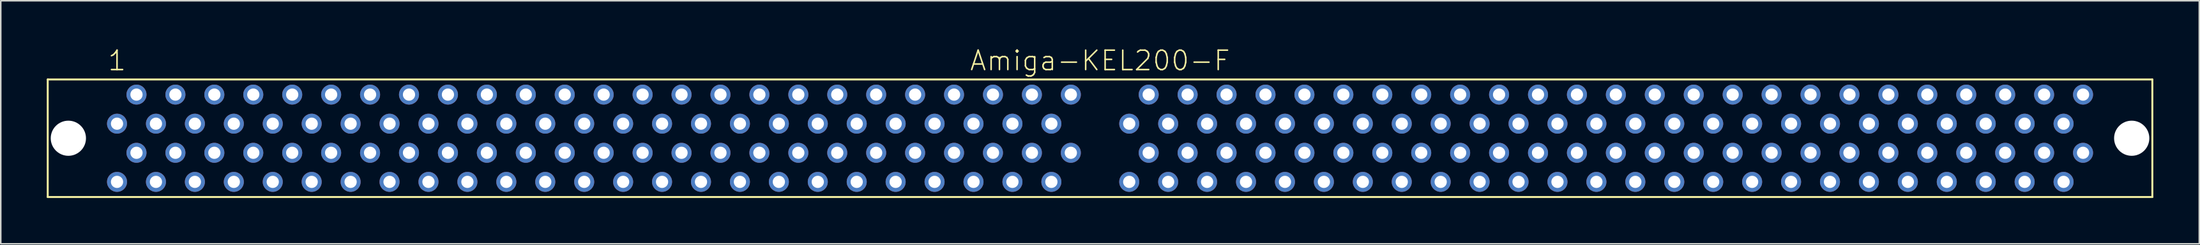
<source format=kicad_pcb>
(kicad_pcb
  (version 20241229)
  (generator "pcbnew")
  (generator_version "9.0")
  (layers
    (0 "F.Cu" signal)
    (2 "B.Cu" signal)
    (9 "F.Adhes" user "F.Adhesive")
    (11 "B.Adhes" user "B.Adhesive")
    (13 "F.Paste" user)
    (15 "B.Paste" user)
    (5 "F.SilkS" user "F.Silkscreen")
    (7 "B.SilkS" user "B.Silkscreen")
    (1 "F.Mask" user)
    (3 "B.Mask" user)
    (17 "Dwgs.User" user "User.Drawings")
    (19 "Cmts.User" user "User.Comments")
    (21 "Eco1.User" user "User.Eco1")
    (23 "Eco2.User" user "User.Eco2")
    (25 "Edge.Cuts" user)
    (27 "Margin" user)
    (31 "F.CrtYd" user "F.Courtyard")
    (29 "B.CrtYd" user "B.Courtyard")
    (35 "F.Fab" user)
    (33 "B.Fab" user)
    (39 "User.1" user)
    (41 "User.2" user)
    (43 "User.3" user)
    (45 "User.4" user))
  (footprint "Amiga-KEL200-F"
    (layer "F.Cu")
    (at 68.72 6.001)
    (property "Reference" "Amiga-KEL200-F" (at 0 -5.08 0) (layer "F.SilkS") (effects (font (size 1.27 1.27) (thickness 0.102))))
    (attr exclude_from_pos_files exclude_from_bom)
    (fp_line (start -68.656 -3.848) (end 68.656 -3.848) (stroke (width 0.127) (type solid)) (layer "F.SilkS"))
    (fp_line (start -68.656 3.848) (end -68.656 -3.848) (stroke (width 0.127) (type solid)) (layer "F.SilkS"))
    (fp_line (start 68.656 -3.848) (end 68.656 3.848) (stroke (width 0.127) (type solid)) (layer "F.SilkS"))
    (fp_line (start 68.656 3.848) (end -68.656 3.848) (stroke (width 0.127) (type solid)) (layer "F.SilkS"))
    (fp_text user "1" (at -64.135 -5.08 0) (layer "F.SilkS") (effects (font (size 1.27 1.27) (thickness 0.102))))
    (pad "" np_thru_hole circle (at -67.31 0) (size 2.299 2.299) (drill 2.299) (layers "*.Cu" "*.Mask"))
    (pad "" np_thru_hole circle (at 67.31 0) (size 2.299 2.299) (drill 2.299) (layers "*.Cu" "*.Mask"))
    (pad "P$1" thru_hole circle (at -64.135 -0.953) (size 1.306 1.306) (drill 0.798) (layers "*.Cu" "*.Paste" "*.Mask"))
    (pad "P$2" thru_hole circle (at -64.135 2.857) (size 1.306 1.306) (drill 0.798) (layers "*.Cu" "*.Paste" "*.Mask"))
    (pad "P$3" thru_hole circle (at -62.865 -2.857) (size 1.306 1.306) (drill 0.798) (layers "*.Cu" "*.Paste" "*.Mask"))
    (pad "P$4" thru_hole circle (at -62.865 0.953) (size 1.306 1.306) (drill 0.798) (layers "*.Cu" "*.Paste" "*.Mask"))
    (pad "P$5" thru_hole circle (at -61.595 -0.953) (size 1.306 1.306) (drill 0.798) (layers "*.Cu" "*.Paste" "*.Mask"))
    (pad "P$6" thru_hole circle (at -61.595 2.857) (size 1.306 1.306) (drill 0.798) (layers "*.Cu" "*.Paste" "*.Mask"))
    (pad "P$7" thru_hole circle (at -60.325 -2.857) (size 1.306 1.306) (drill 0.798) (layers "*.Cu" "*.Paste" "*.Mask"))
    (pad "P$8" thru_hole circle (at -60.325 0.953) (size 1.306 1.306) (drill 0.798) (layers "*.Cu" "*.Paste" "*.Mask"))
    (pad "P$9" thru_hole circle (at -59.055 -0.953) (size 1.306 1.306) (drill 0.798) (layers "*.Cu" "*.Paste" "*.Mask"))
    (pad "P$10" thru_hole circle (at -59.055 2.857) (size 1.306 1.306) (drill 0.798) (layers "*.Cu" "*.Paste" "*.Mask"))
    (pad "P$11" thru_hole circle (at -57.785 -2.857) (size 1.306 1.306) (drill 0.798) (layers "*.Cu" "*.Paste" "*.Mask"))
    (pad "P$12" thru_hole circle (at -57.785 0.953) (size 1.306 1.306) (drill 0.798) (layers "*.Cu" "*.Paste" "*.Mask"))
    (pad "P$13" thru_hole circle (at -56.515 -0.953) (size 1.306 1.306) (drill 0.798) (layers "*.Cu" "*.Paste" "*.Mask"))
    (pad "P$14" thru_hole circle (at -56.515 2.857) (size 1.306 1.306) (drill 0.798) (layers "*.Cu" "*.Paste" "*.Mask"))
    (pad "P$15" thru_hole circle (at -55.245 -2.857) (size 1.306 1.306) (drill 0.798) (layers "*.Cu" "*.Paste" "*.Mask"))
    (pad "P$16" thru_hole circle (at -55.245 0.953) (size 1.306 1.306) (drill 0.798) (layers "*.Cu" "*.Paste" "*.Mask"))
    (pad "P$17" thru_hole circle (at -53.975 -0.953) (size 1.306 1.306) (drill 0.798) (layers "*.Cu" "*.Paste" "*.Mask"))
    (pad "P$18" thru_hole circle (at -53.975 2.857) (size 1.306 1.306) (drill 0.798) (layers "*.Cu" "*.Paste" "*.Mask"))
    (pad "P$19" thru_hole circle (at -52.705 -2.857) (size 1.306 1.306) (drill 0.798) (layers "*.Cu" "*.Paste" "*.Mask"))
    (pad "P$20" thru_hole circle (at -52.705 0.953) (size 1.306 1.306) (drill 0.798) (layers "*.Cu" "*.Paste" "*.Mask"))
    (pad "P$21" thru_hole circle (at -51.435 -0.953) (size 1.306 1.306) (drill 0.798) (layers "*.Cu" "*.Paste" "*.Mask"))
    (pad "P$22" thru_hole circle (at -51.435 2.857) (size 1.306 1.306) (drill 0.798) (layers "*.Cu" "*.Paste" "*.Mask"))
    (pad "P$23" thru_hole circle (at -50.165 -2.857) (size 1.306 1.306) (drill 0.798) (layers "*.Cu" "*.Paste" "*.Mask"))
    (pad "P$24" thru_hole circle (at -50.165 0.953) (size 1.306 1.306) (drill 0.798) (layers "*.Cu" "*.Paste" "*.Mask"))
    (pad "P$25" thru_hole circle (at -48.895 -0.953) (size 1.306 1.306) (drill 0.798) (layers "*.Cu" "*.Paste" "*.Mask"))
    (pad "P$26" thru_hole circle (at -48.895 2.857) (size 1.306 1.306) (drill 0.798) (layers "*.Cu" "*.Paste" "*.Mask"))
    (pad "P$27" thru_hole circle (at -47.625 -2.857) (size 1.306 1.306) (drill 0.798) (layers "*.Cu" "*.Paste" "*.Mask"))
    (pad "P$28" thru_hole circle (at -47.625 0.953) (size 1.306 1.306) (drill 0.798) (layers "*.Cu" "*.Paste" "*.Mask"))
    (pad "P$29" thru_hole circle (at -46.355 -0.953) (size 1.306 1.306) (drill 0.798) (layers "*.Cu" "*.Paste" "*.Mask"))
    (pad "P$30" thru_hole circle (at -46.355 2.857) (size 1.306 1.306) (drill 0.798) (layers "*.Cu" "*.Paste" "*.Mask"))
    (pad "P$31" thru_hole circle (at -45.085 -2.857) (size 1.306 1.306) (drill 0.798) (layers "*.Cu" "*.Paste" "*.Mask"))
    (pad "P$32" thru_hole circle (at -45.085 0.953) (size 1.306 1.306) (drill 0.798) (layers "*.Cu" "*.Paste" "*.Mask"))
    (pad "P$33" thru_hole circle (at -43.815 -0.953) (size 1.306 1.306) (drill 0.798) (layers "*.Cu" "*.Paste" "*.Mask"))
    (pad "P$34" thru_hole circle (at -43.815 2.857) (size 1.306 1.306) (drill 0.798) (layers "*.Cu" "*.Paste" "*.Mask"))
    (pad "P$35" thru_hole circle (at -42.545 -2.857) (size 1.306 1.306) (drill 0.798) (layers "*.Cu" "*.Paste" "*.Mask"))
    (pad "P$36" thru_hole circle (at -42.545 0.953) (size 1.306 1.306) (drill 0.798) (layers "*.Cu" "*.Paste" "*.Mask"))
    (pad "P$37" thru_hole circle (at -41.275 -0.953) (size 1.306 1.306) (drill 0.798) (layers "*.Cu" "*.Paste" "*.Mask"))
    (pad "P$38" thru_hole circle (at -41.275 2.857) (size 1.306 1.306) (drill 0.798) (layers "*.Cu" "*.Paste" "*.Mask"))
    (pad "P$39" thru_hole circle (at -40.005 -2.857) (size 1.306 1.306) (drill 0.798) (layers "*.Cu" "*.Paste" "*.Mask"))
    (pad "P$40" thru_hole circle (at -40.005 0.953) (size 1.306 1.306) (drill 0.798) (layers "*.Cu" "*.Paste" "*.Mask"))
    (pad "P$41" thru_hole circle (at -38.735 -0.953) (size 1.306 1.306) (drill 0.798) (layers "*.Cu" "*.Paste" "*.Mask"))
    (pad "P$42" thru_hole circle (at -38.735 2.857) (size 1.306 1.306) (drill 0.798) (layers "*.Cu" "*.Paste" "*.Mask"))
    (pad "P$43" thru_hole circle (at -37.465 -2.857) (size 1.306 1.306) (drill 0.798) (layers "*.Cu" "*.Paste" "*.Mask"))
    (pad "P$44" thru_hole circle (at -37.465 0.953) (size 1.306 1.306) (drill 0.798) (layers "*.Cu" "*.Paste" "*.Mask"))
    (pad "P$45" thru_hole circle (at -36.195 -0.953) (size 1.306 1.306) (drill 0.798) (layers "*.Cu" "*.Paste" "*.Mask"))
    (pad "P$46" thru_hole circle (at -36.195 2.857) (size 1.306 1.306) (drill 0.798) (layers "*.Cu" "*.Paste" "*.Mask"))
    (pad "P$47" thru_hole circle (at -34.925 -2.857) (size 1.306 1.306) (drill 0.798) (layers "*.Cu" "*.Paste" "*.Mask"))
    (pad "P$48" thru_hole circle (at -34.925 0.953) (size 1.306 1.306) (drill 0.798) (layers "*.Cu" "*.Paste" "*.Mask"))
    (pad "P$49" thru_hole circle (at -33.655 -0.953) (size 1.306 1.306) (drill 0.798) (layers "*.Cu" "*.Paste" "*.Mask"))
    (pad "P$50" thru_hole circle (at -33.655 2.857) (size 1.306 1.306) (drill 0.798) (layers "*.Cu" "*.Paste" "*.Mask"))
    (pad "P$51" thru_hole circle (at -32.385 -2.857) (size 1.306 1.306) (drill 0.798) (layers "*.Cu" "*.Paste" "*.Mask"))
    (pad "P$52" thru_hole circle (at -32.385 0.953) (size 1.306 1.306) (drill 0.798) (layers "*.Cu" "*.Paste" "*.Mask"))
    (pad "P$53" thru_hole circle (at -31.115 -0.953) (size 1.306 1.306) (drill 0.798) (layers "*.Cu" "*.Paste" "*.Mask"))
    (pad "P$54" thru_hole circle (at -31.115 2.857) (size 1.306 1.306) (drill 0.798) (layers "*.Cu" "*.Paste" "*.Mask"))
    (pad "P$55" thru_hole circle (at -29.845 -2.857) (size 1.306 1.306) (drill 0.798) (layers "*.Cu" "*.Paste" "*.Mask"))
    (pad "P$56" thru_hole circle (at -29.845 0.953) (size 1.306 1.306) (drill 0.798) (layers "*.Cu" "*.Paste" "*.Mask"))
    (pad "P$57" thru_hole circle (at -28.575 -0.953) (size 1.306 1.306) (drill 0.798) (layers "*.Cu" "*.Paste" "*.Mask"))
    (pad "P$58" thru_hole circle (at -28.575 2.857) (size 1.306 1.306) (drill 0.798) (layers "*.Cu" "*.Paste" "*.Mask"))
    (pad "P$59" thru_hole circle (at -27.305 -2.857) (size 1.306 1.306) (drill 0.798) (layers "*.Cu" "*.Paste" "*.Mask"))
    (pad "P$60" thru_hole circle (at -27.305 0.953) (size 1.306 1.306) (drill 0.798) (layers "*.Cu" "*.Paste" "*.Mask"))
    (pad "P$61" thru_hole circle (at -26.035 -0.953) (size 1.306 1.306) (drill 0.798) (layers "*.Cu" "*.Paste" "*.Mask"))
    (pad "P$62" thru_hole circle (at -26.035 2.857) (size 1.306 1.306) (drill 0.798) (layers "*.Cu" "*.Paste" "*.Mask"))
    (pad "P$63" thru_hole circle (at -24.765 -2.857) (size 1.306 1.306) (drill 0.798) (layers "*.Cu" "*.Paste" "*.Mask"))
    (pad "P$64" thru_hole circle (at -24.765 0.953) (size 1.306 1.306) (drill 0.798) (layers "*.Cu" "*.Paste" "*.Mask"))
    (pad "P$65" thru_hole circle (at -23.495 -0.953) (size 1.306 1.306) (drill 0.798) (layers "*.Cu" "*.Paste" "*.Mask"))
    (pad "P$66" thru_hole circle (at -23.495 2.857) (size 1.306 1.306) (drill 0.798) (layers "*.Cu" "*.Paste" "*.Mask"))
    (pad "P$67" thru_hole circle (at -22.225 -2.857) (size 1.306 1.306) (drill 0.798) (layers "*.Cu" "*.Paste" "*.Mask"))
    (pad "P$68" thru_hole circle (at -22.225 0.953) (size 1.306 1.306) (drill 0.798) (layers "*.Cu" "*.Paste" "*.Mask"))
    (pad "P$69" thru_hole circle (at -20.955 -0.953) (size 1.306 1.306) (drill 0.798) (layers "*.Cu" "*.Paste" "*.Mask"))
    (pad "P$70" thru_hole circle (at -20.955 2.857) (size 1.306 1.306) (drill 0.798) (layers "*.Cu" "*.Paste" "*.Mask"))
    (pad "P$71" thru_hole circle (at -19.685 -2.857) (size 1.306 1.306) (drill 0.798) (layers "*.Cu" "*.Paste" "*.Mask"))
    (pad "P$72" thru_hole circle (at -19.685 0.953) (size 1.306 1.306) (drill 0.798) (layers "*.Cu" "*.Paste" "*.Mask"))
    (pad "P$73" thru_hole circle (at -18.415 -0.953) (size 1.306 1.306) (drill 0.798) (layers "*.Cu" "*.Paste" "*.Mask"))
    (pad "P$74" thru_hole circle (at -18.415 2.857) (size 1.306 1.306) (drill 0.798) (layers "*.Cu" "*.Paste" "*.Mask"))
    (pad "P$75" thru_hole circle (at -17.145 -2.857) (size 1.306 1.306) (drill 0.798) (layers "*.Cu" "*.Paste" "*.Mask"))
    (pad "P$76" thru_hole circle (at -17.145 0.953) (size 1.306 1.306) (drill 0.798) (layers "*.Cu" "*.Paste" "*.Mask"))
    (pad "P$77" thru_hole circle (at -15.875 -0.953) (size 1.306 1.306) (drill 0.798) (layers "*.Cu" "*.Paste" "*.Mask"))
    (pad "P$78" thru_hole circle (at -15.875 2.857) (size 1.306 1.306) (drill 0.798) (layers "*.Cu" "*.Paste" "*.Mask"))
    (pad "P$79" thru_hole circle (at -14.605 -2.857) (size 1.306 1.306) (drill 0.798) (layers "*.Cu" "*.Paste" "*.Mask"))
    (pad "P$80" thru_hole circle (at -14.605 0.953) (size 1.306 1.306) (drill 0.798) (layers "*.Cu" "*.Paste" "*.Mask"))
    (pad "P$81" thru_hole circle (at -13.335 -0.953) (size 1.306 1.306) (drill 0.798) (layers "*.Cu" "*.Paste" "*.Mask"))
    (pad "P$82" thru_hole circle (at -13.335 2.857) (size 1.306 1.306) (drill 0.798) (layers "*.Cu" "*.Paste" "*.Mask"))
    (pad "P$83" thru_hole circle (at -12.065 -2.857) (size 1.306 1.306) (drill 0.798) (layers "*.Cu" "*.Paste" "*.Mask"))
    (pad "P$84" thru_hole circle (at -12.065 0.953) (size 1.306 1.306) (drill 0.798) (layers "*.Cu" "*.Paste" "*.Mask"))
    (pad "P$85" thru_hole circle (at -10.795 -0.953) (size 1.306 1.306) (drill 0.798) (layers "*.Cu" "*.Paste" "*.Mask"))
    (pad "P$86" thru_hole circle (at -10.795 2.857) (size 1.306 1.306) (drill 0.798) (layers "*.Cu" "*.Paste" "*.Mask"))
    (pad "P$87" thru_hole circle (at -9.525 -2.857) (size 1.306 1.306) (drill 0.798) (layers "*.Cu" "*.Paste" "*.Mask"))
    (pad "P$88" thru_hole circle (at -9.525 0.953) (size 1.306 1.306) (drill 0.798) (layers "*.Cu" "*.Paste" "*.Mask"))
    (pad "P$89" thru_hole circle (at -8.255 -0.953) (size 1.306 1.306) (drill 0.798) (layers "*.Cu" "*.Paste" "*.Mask"))
    (pad "P$90" thru_hole circle (at -8.255 2.857) (size 1.306 1.306) (drill 0.798) (layers "*.Cu" "*.Paste" "*.Mask"))
    (pad "P$91" thru_hole circle (at -6.985 -2.857) (size 1.306 1.306) (drill 0.798) (layers "*.Cu" "*.Paste" "*.Mask"))
    (pad "P$92" thru_hole circle (at -6.985 0.953) (size 1.306 1.306) (drill 0.798) (layers "*.Cu" "*.Paste" "*.Mask"))
    (pad "P$93" thru_hole circle (at -5.715 -0.953) (size 1.306 1.306) (drill 0.798) (layers "*.Cu" "*.Paste" "*.Mask"))
    (pad "P$94" thru_hole circle (at -5.715 2.857) (size 1.306 1.306) (drill 0.798) (layers "*.Cu" "*.Paste" "*.Mask"))
    (pad "P$95" thru_hole circle (at -4.445 -2.857) (size 1.306 1.306) (drill 0.798) (layers "*.Cu" "*.Paste" "*.Mask"))
    (pad "P$96" thru_hole circle (at -4.445 0.953) (size 1.306 1.306) (drill 0.798) (layers "*.Cu" "*.Paste" "*.Mask"))
    (pad "P$97" thru_hole circle (at -3.175 -0.953) (size 1.306 1.306) (drill 0.798) (layers "*.Cu" "*.Paste" "*.Mask"))
    (pad "P$98" thru_hole circle (at -3.175 2.857) (size 1.306 1.306) (drill 0.798) (layers "*.Cu" "*.Paste" "*.Mask"))
    (pad "P$99" thru_hole circle (at -1.905 -2.857) (size 1.306 1.306) (drill 0.798) (layers "*.Cu" "*.Paste" "*.Mask"))
    (pad "P$100" thru_hole circle (at -1.905 0.953) (size 1.306 1.306) (drill 0.798) (layers "*.Cu" "*.Paste" "*.Mask"))
    (pad "P$101" thru_hole circle (at 1.905 -0.953) (size 1.306 1.306) (drill 0.798) (layers "*.Cu" "*.Paste" "*.Mask"))
    (pad "P$102" thru_hole circle (at 1.905 2.857) (size 1.306 1.306) (drill 0.798) (layers "*.Cu" "*.Paste" "*.Mask"))
    (pad "P$103" thru_hole circle (at 3.175 -2.857) (size 1.306 1.306) (drill 0.798) (layers "*.Cu" "*.Paste" "*.Mask"))
    (pad "P$104" thru_hole circle (at 3.175 0.953) (size 1.306 1.306) (drill 0.798) (layers "*.Cu" "*.Paste" "*.Mask"))
    (pad "P$105" thru_hole circle (at 4.445 -0.953) (size 1.306 1.306) (drill 0.798) (layers "*.Cu" "*.Paste" "*.Mask"))
    (pad "P$106" thru_hole circle (at 4.445 2.857) (size 1.306 1.306) (drill 0.798) (layers "*.Cu" "*.Paste" "*.Mask"))
    (pad "P$107" thru_hole circle (at 5.715 -2.857) (size 1.306 1.306) (drill 0.798) (layers "*.Cu" "*.Paste" "*.Mask"))
    (pad "P$108" thru_hole circle (at 5.715 0.953) (size 1.306 1.306) (drill 0.798) (layers "*.Cu" "*.Paste" "*.Mask"))
    (pad "P$109" thru_hole circle (at 6.985 -0.953) (size 1.306 1.306) (drill 0.798) (layers "*.Cu" "*.Paste" "*.Mask"))
    (pad "P$110" thru_hole circle (at 6.985 2.857) (size 1.306 1.306) (drill 0.798) (layers "*.Cu" "*.Paste" "*.Mask"))
    (pad "P$111" thru_hole circle (at 8.255 -2.857) (size 1.306 1.306) (drill 0.798) (layers "*.Cu" "*.Paste" "*.Mask"))
    (pad "P$112" thru_hole circle (at 8.255 0.953) (size 1.306 1.306) (drill 0.798) (layers "*.Cu" "*.Paste" "*.Mask"))
    (pad "P$113" thru_hole circle (at 9.525 -0.953) (size 1.306 1.306) (drill 0.798) (layers "*.Cu" "*.Paste" "*.Mask"))
    (pad "P$114" thru_hole circle (at 9.525 2.857) (size 1.306 1.306) (drill 0.798) (layers "*.Cu" "*.Paste" "*.Mask"))
    (pad "P$115" thru_hole circle (at 10.795 -2.857) (size 1.306 1.306) (drill 0.798) (layers "*.Cu" "*.Paste" "*.Mask"))
    (pad "P$116" thru_hole circle (at 10.795 0.953) (size 1.306 1.306) (drill 0.798) (layers "*.Cu" "*.Paste" "*.Mask"))
    (pad "P$117" thru_hole circle (at 12.065 -0.953) (size 1.306 1.306) (drill 0.798) (layers "*.Cu" "*.Paste" "*.Mask"))
    (pad "P$118" thru_hole circle (at 12.065 2.857) (size 1.306 1.306) (drill 0.798) (layers "*.Cu" "*.Paste" "*.Mask"))
    (pad "P$119" thru_hole circle (at 13.335 -2.857) (size 1.306 1.306) (drill 0.798) (layers "*.Cu" "*.Paste" "*.Mask"))
    (pad "P$120" thru_hole circle (at 13.335 0.953) (size 1.306 1.306) (drill 0.798) (layers "*.Cu" "*.Paste" "*.Mask"))
    (pad "P$121" thru_hole circle (at 14.605 -0.953) (size 1.306 1.306) (drill 0.798) (layers "*.Cu" "*.Paste" "*.Mask"))
    (pad "P$122" thru_hole circle (at 14.605 2.857) (size 1.306 1.306) (drill 0.798) (layers "*.Cu" "*.Paste" "*.Mask"))
    (pad "P$123" thru_hole circle (at 15.875 -2.857) (size 1.306 1.306) (drill 0.798) (layers "*.Cu" "*.Paste" "*.Mask"))
    (pad "P$124" thru_hole circle (at 15.875 0.953) (size 1.306 1.306) (drill 0.798) (layers "*.Cu" "*.Paste" "*.Mask"))
    (pad "P$125" thru_hole circle (at 17.145 -0.953) (size 1.306 1.306) (drill 0.798) (layers "*.Cu" "*.Paste" "*.Mask"))
    (pad "P$126" thru_hole circle (at 17.145 2.857) (size 1.306 1.306) (drill 0.798) (layers "*.Cu" "*.Paste" "*.Mask"))
    (pad "P$127" thru_hole circle (at 18.415 -2.857) (size 1.306 1.306) (drill 0.798) (layers "*.Cu" "*.Paste" "*.Mask"))
    (pad "P$128" thru_hole circle (at 18.415 0.953) (size 1.306 1.306) (drill 0.798) (layers "*.Cu" "*.Paste" "*.Mask"))
    (pad "P$129" thru_hole circle (at 19.685 -0.953) (size 1.306 1.306) (drill 0.798) (layers "*.Cu" "*.Paste" "*.Mask"))
    (pad "P$130" thru_hole circle (at 19.685 2.857) (size 1.306 1.306) (drill 0.798) (layers "*.Cu" "*.Paste" "*.Mask"))
    (pad "P$131" thru_hole circle (at 20.955 -2.857) (size 1.306 1.306) (drill 0.798) (layers "*.Cu" "*.Paste" "*.Mask"))
    (pad "P$132" thru_hole circle (at 20.955 0.953) (size 1.306 1.306) (drill 0.798) (layers "*.Cu" "*.Paste" "*.Mask"))
    (pad "P$133" thru_hole circle (at 22.225 -0.953) (size 1.306 1.306) (drill 0.798) (layers "*.Cu" "*.Paste" "*.Mask"))
    (pad "P$134" thru_hole circle (at 22.225 2.857) (size 1.306 1.306) (drill 0.798) (layers "*.Cu" "*.Paste" "*.Mask"))
    (pad "P$135" thru_hole circle (at 23.495 -2.857) (size 1.306 1.306) (drill 0.798) (layers "*.Cu" "*.Paste" "*.Mask"))
    (pad "P$136" thru_hole circle (at 23.495 0.953) (size 1.306 1.306) (drill 0.798) (layers "*.Cu" "*.Paste" "*.Mask"))
    (pad "P$137" thru_hole circle (at 24.765 -0.953) (size 1.306 1.306) (drill 0.798) (layers "*.Cu" "*.Paste" "*.Mask"))
    (pad "P$138" thru_hole circle (at 24.765 2.857) (size 1.306 1.306) (drill 0.798) (layers "*.Cu" "*.Paste" "*.Mask"))
    (pad "P$139" thru_hole circle (at 26.035 -2.857) (size 1.306 1.306) (drill 0.798) (layers "*.Cu" "*.Paste" "*.Mask"))
    (pad "P$140" thru_hole circle (at 26.035 0.953) (size 1.306 1.306) (drill 0.798) (layers "*.Cu" "*.Paste" "*.Mask"))
    (pad "P$141" thru_hole circle (at 27.305 -0.953) (size 1.306 1.306) (drill 0.798) (layers "*.Cu" "*.Paste" "*.Mask"))
    (pad "P$142" thru_hole circle (at 27.305 2.857) (size 1.306 1.306) (drill 0.798) (layers "*.Cu" "*.Paste" "*.Mask"))
    (pad "P$143" thru_hole circle (at 28.575 -2.857) (size 1.306 1.306) (drill 0.798) (layers "*.Cu" "*.Paste" "*.Mask"))
    (pad "P$144" thru_hole circle (at 28.575 0.953) (size 1.306 1.306) (drill 0.798) (layers "*.Cu" "*.Paste" "*.Mask"))
    (pad "P$145" thru_hole circle (at 29.845 -0.953) (size 1.306 1.306) (drill 0.798) (layers "*.Cu" "*.Paste" "*.Mask"))
    (pad "P$146" thru_hole circle (at 29.845 2.857) (size 1.306 1.306) (drill 0.798) (layers "*.Cu" "*.Paste" "*.Mask"))
    (pad "P$147" thru_hole circle (at 31.115 -2.857) (size 1.306 1.306) (drill 0.798) (layers "*.Cu" "*.Paste" "*.Mask"))
    (pad "P$148" thru_hole circle (at 31.115 0.953) (size 1.306 1.306) (drill 0.798) (layers "*.Cu" "*.Paste" "*.Mask"))
    (pad "P$149" thru_hole circle (at 32.385 -0.953) (size 1.306 1.306) (drill 0.798) (layers "*.Cu" "*.Paste" "*.Mask"))
    (pad "P$150" thru_hole circle (at 32.385 2.857) (size 1.306 1.306) (drill 0.798) (layers "*.Cu" "*.Paste" "*.Mask"))
    (pad "P$151" thru_hole circle (at 33.655 -2.857) (size 1.306 1.306) (drill 0.798) (layers "*.Cu" "*.Paste" "*.Mask"))
    (pad "P$152" thru_hole circle (at 33.655 0.953) (size 1.306 1.306) (drill 0.798) (layers "*.Cu" "*.Paste" "*.Mask"))
    (pad "P$153" thru_hole circle (at 34.925 -0.953) (size 1.306 1.306) (drill 0.798) (layers "*.Cu" "*.Paste" "*.Mask"))
    (pad "P$154" thru_hole circle (at 34.925 2.857) (size 1.306 1.306) (drill 0.798) (layers "*.Cu" "*.Paste" "*.Mask"))
    (pad "P$155" thru_hole circle (at 36.195 -2.857) (size 1.306 1.306) (drill 0.798) (layers "*.Cu" "*.Paste" "*.Mask"))
    (pad "P$156" thru_hole circle (at 36.195 0.953) (size 1.306 1.306) (drill 0.798) (layers "*.Cu" "*.Paste" "*.Mask"))
    (pad "P$157" thru_hole circle (at 37.465 -0.953) (size 1.306 1.306) (drill 0.798) (layers "*.Cu" "*.Paste" "*.Mask"))
    (pad "P$158" thru_hole circle (at 37.465 2.857) (size 1.306 1.306) (drill 0.798) (layers "*.Cu" "*.Paste" "*.Mask"))
    (pad "P$159" thru_hole circle (at 38.735 -2.857) (size 1.306 1.306) (drill 0.798) (layers "*.Cu" "*.Paste" "*.Mask"))
    (pad "P$160" thru_hole circle (at 38.735 0.953) (size 1.306 1.306) (drill 0.798) (layers "*.Cu" "*.Paste" "*.Mask"))
    (pad "P$161" thru_hole circle (at 40.005 -0.953) (size 1.306 1.306) (drill 0.798) (layers "*.Cu" "*.Paste" "*.Mask"))
    (pad "P$162" thru_hole circle (at 40.005 2.857) (size 1.306 1.306) (drill 0.798) (layers "*.Cu" "*.Paste" "*.Mask"))
    (pad "P$163" thru_hole circle (at 41.275 -2.857) (size 1.306 1.306) (drill 0.798) (layers "*.Cu" "*.Paste" "*.Mask"))
    (pad "P$164" thru_hole circle (at 41.275 0.953) (size 1.306 1.306) (drill 0.798) (layers "*.Cu" "*.Paste" "*.Mask"))
    (pad "P$165" thru_hole circle (at 42.545 -0.953) (size 1.306 1.306) (drill 0.798) (layers "*.Cu" "*.Paste" "*.Mask"))
    (pad "P$166" thru_hole circle (at 42.545 2.857) (size 1.306 1.306) (drill 0.798) (layers "*.Cu" "*.Paste" "*.Mask"))
    (pad "P$167" thru_hole circle (at 43.815 -2.857) (size 1.306 1.306) (drill 0.798) (layers "*.Cu" "*.Paste" "*.Mask"))
    (pad "P$168" thru_hole circle (at 43.815 0.953) (size 1.306 1.306) (drill 0.798) (layers "*.Cu" "*.Paste" "*.Mask"))
    (pad "P$169" thru_hole circle (at 45.085 -0.953) (size 1.306 1.306) (drill 0.798) (layers "*.Cu" "*.Paste" "*.Mask"))
    (pad "P$170" thru_hole circle (at 45.085 2.857) (size 1.306 1.306) (drill 0.798) (layers "*.Cu" "*.Paste" "*.Mask"))
    (pad "P$171" thru_hole circle (at 46.355 -2.857) (size 1.306 1.306) (drill 0.798) (layers "*.Cu" "*.Paste" "*.Mask"))
    (pad "P$172" thru_hole circle (at 46.355 0.953) (size 1.306 1.306) (drill 0.798) (layers "*.Cu" "*.Paste" "*.Mask"))
    (pad "P$173" thru_hole circle (at 47.625 -0.953) (size 1.306 1.306) (drill 0.798) (layers "*.Cu" "*.Paste" "*.Mask"))
    (pad "P$174" thru_hole circle (at 47.625 2.857) (size 1.306 1.306) (drill 0.798) (layers "*.Cu" "*.Paste" "*.Mask"))
    (pad "P$175" thru_hole circle (at 48.895 -2.857) (size 1.306 1.306) (drill 0.798) (layers "*.Cu" "*.Paste" "*.Mask"))
    (pad "P$176" thru_hole circle (at 48.895 0.953) (size 1.306 1.306) (drill 0.798) (layers "*.Cu" "*.Paste" "*.Mask"))
    (pad "P$177" thru_hole circle (at 50.165 -0.953) (size 1.306 1.306) (drill 0.798) (layers "*.Cu" "*.Paste" "*.Mask"))
    (pad "P$178" thru_hole circle (at 50.165 2.857) (size 1.306 1.306) (drill 0.798) (layers "*.Cu" "*.Paste" "*.Mask"))
    (pad "P$179" thru_hole circle (at 51.435 -2.857) (size 1.306 1.306) (drill 0.798) (layers "*.Cu" "*.Paste" "*.Mask"))
    (pad "P$180" thru_hole circle (at 51.435 0.953) (size 1.306 1.306) (drill 0.798) (layers "*.Cu" "*.Paste" "*.Mask"))
    (pad "P$181" thru_hole circle (at 52.705 -0.953) (size 1.306 1.306) (drill 0.798) (layers "*.Cu" "*.Paste" "*.Mask"))
    (pad "P$182" thru_hole circle (at 52.705 2.857) (size 1.306 1.306) (drill 0.798) (layers "*.Cu" "*.Paste" "*.Mask"))
    (pad "P$183" thru_hole circle (at 53.975 -2.857) (size 1.306 1.306) (drill 0.798) (layers "*.Cu" "*.Paste" "*.Mask"))
    (pad "P$184" thru_hole circle (at 53.975 0.953) (size 1.306 1.306) (drill 0.798) (layers "*.Cu" "*.Paste" "*.Mask"))
    (pad "P$185" thru_hole circle (at 55.245 -0.953) (size 1.306 1.306) (drill 0.798) (layers "*.Cu" "*.Paste" "*.Mask"))
    (pad "P$186" thru_hole circle (at 55.245 2.857) (size 1.306 1.306) (drill 0.798) (layers "*.Cu" "*.Paste" "*.Mask"))
    (pad "P$187" thru_hole circle (at 56.515 -2.857) (size 1.306 1.306) (drill 0.798) (layers "*.Cu" "*.Paste" "*.Mask"))
    (pad "P$188" thru_hole circle (at 56.515 0.953) (size 1.306 1.306) (drill 0.798) (layers "*.Cu" "*.Paste" "*.Mask"))
    (pad "P$189" thru_hole circle (at 57.785 -0.953) (size 1.306 1.306) (drill 0.798) (layers "*.Cu" "*.Paste" "*.Mask"))
    (pad "P$190" thru_hole circle (at 57.785 2.857) (size 1.306 1.306) (drill 0.798) (layers "*.Cu" "*.Paste" "*.Mask"))
    (pad "P$191" thru_hole circle (at 59.055 -2.857) (size 1.306 1.306) (drill 0.798) (layers "*.Cu" "*.Paste" "*.Mask"))
    (pad "P$192" thru_hole circle (at 59.055 0.953) (size 1.306 1.306) (drill 0.798) (layers "*.Cu" "*.Paste" "*.Mask"))
    (pad "P$193" thru_hole circle (at 60.325 -0.953) (size 1.306 1.306) (drill 0.798) (layers "*.Cu" "*.Paste" "*.Mask"))
    (pad "P$194" thru_hole circle (at 60.325 2.857) (size 1.306 1.306) (drill 0.798) (layers "*.Cu" "*.Paste" "*.Mask"))
    (pad "P$195" thru_hole circle (at 61.595 -2.857) (size 1.306 1.306) (drill 0.798) (layers "*.Cu" "*.Paste" "*.Mask"))
    (pad "P$196" thru_hole circle (at 61.595 0.953) (size 1.306 1.306) (drill 0.798) (layers "*.Cu" "*.Paste" "*.Mask"))
    (pad "P$197" thru_hole circle (at 62.865 -0.953) (size 1.306 1.306) (drill 0.798) (layers "*.Cu" "*.Paste" "*.Mask"))
    (pad "P$198" thru_hole circle (at 62.865 2.857) (size 1.306 1.306) (drill 0.798) (layers "*.Cu" "*.Paste" "*.Mask"))
    (pad "P$199" thru_hole circle (at 64.135 -2.857) (size 1.306 1.306) (drill 0.798) (layers "*.Cu" "*.Paste" "*.Mask"))
    (pad "P$200" thru_hole circle (at 64.135 0.953) (size 1.306 1.306) (drill 0.798) (layers "*.Cu" "*.Paste" "*.Mask")))
  (gr_rect
    (start -3 -3)
    (end 140.439 12.913)
    (stroke (width 0.1) (type default))
    (fill no)
    (layer "Edge.Cuts")))
</source>
